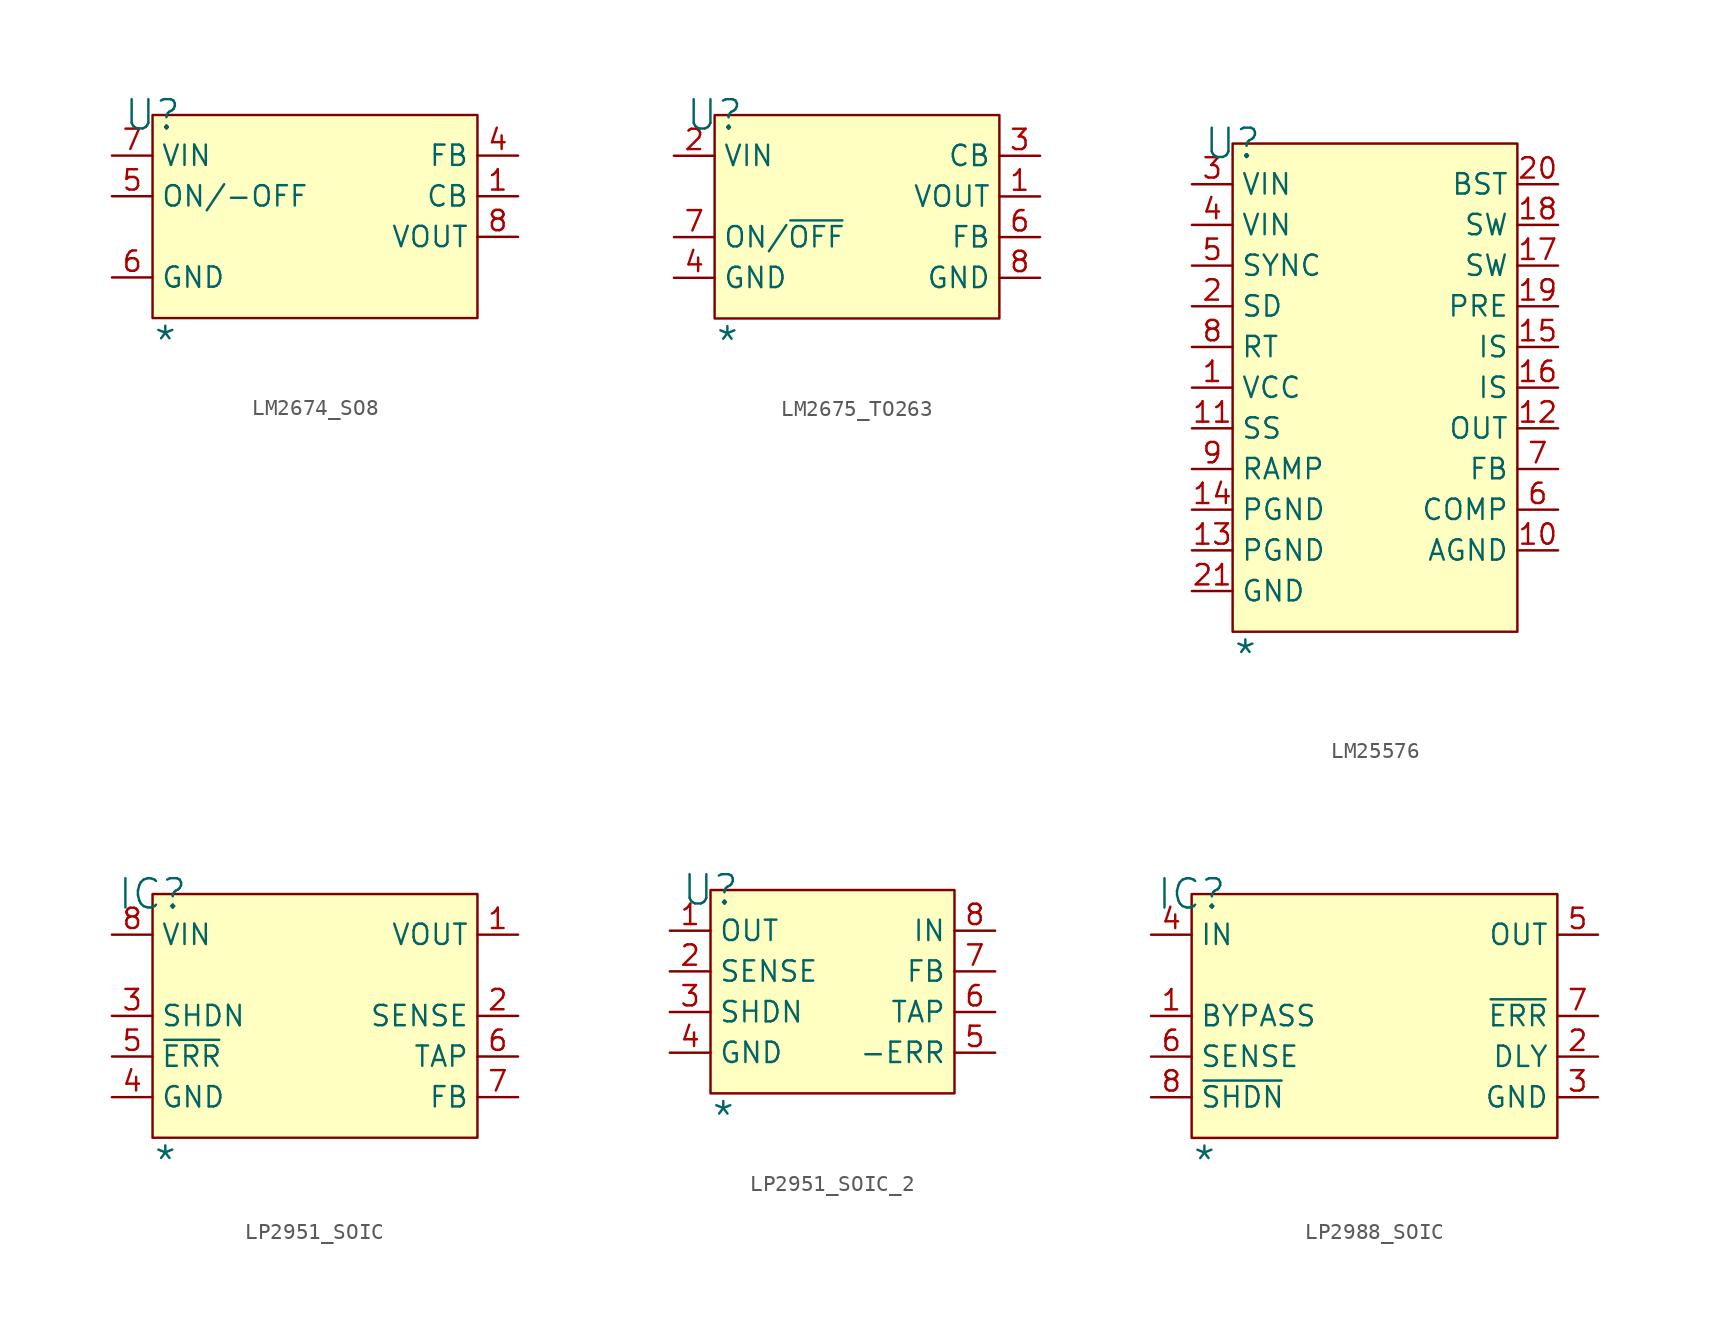
<source format=kicad_sym>
(kicad_symbol_lib
  (version 20241209)
  (generator "kicad_symbol_editor")
  (generator_version "9.0")
  (symbol "LM2674_SO8"
    (property "Reference" "U"
      (at 0 0 0)
      (effects (font (size 1.829 1.829))))
    (property "Value" "*"
      (at 0 -15.24 0)
      (effects (font (size 1.829 1.829)) (justify left bottom)))
    (symbol "LM2674_SO8_1_0"
      (rectangle (start 20.32 0) (end 0 -12.7) (stroke (width 0) (type solid) (color 128 0 0 1)) (fill (type background)))
      (pin passive line (at -2.54 -2.54 0) (length 2.54) (name "VIN" (effects (font (size 1.27 1.27)))) (number "7" (effects (font (size 1.27 1.27)))))
      (pin passive line (at -2.54 -5.08 0) (length 2.54) (name "ON/-OFF" (effects (font (size 1.27 1.27)))) (number "5" (effects (font (size 1.27 1.27)))))
      (pin passive line (at -2.54 -10.16 0) (length 2.54) (name "GND" (effects (font (size 1.27 1.27)))) (number "6" (effects (font (size 1.27 1.27)))))
      (pin passive line (at 22.86 -2.54 180) (length 2.54) (name "FB" (effects (font (size 1.27 1.27)))) (number "4" (effects (font (size 1.27 1.27)))))
      (pin passive line (at 22.86 -5.08 180) (length 2.54) (name "CB" (effects (font (size 1.27 1.27)))) (number "1" (effects (font (size 1.27 1.27)))))
      (pin passive line (at 22.86 -7.62 180) (length 2.54) (name "VOUT" (effects (font (size 1.27 1.27)))) (number "8" (effects (font (size 1.27 1.27)))))))
  (symbol "LM2675_TO263"
    (property "Reference" "U"
      (at 0 0 0)
      (effects (font (size 1.829 1.829))))
    (property "Value" "*"
      (at 0 -15.24 0)
      (effects (font (size 1.829 1.829)) (justify left bottom)))
    (symbol "LM2675_TO263_1_0"
      (rectangle (start 17.78 0) (end 0 -12.7) (stroke (width 0) (type solid) (color 128 0 0 1)) (fill (type background)))
      (pin input line (at -2.54 -2.54 0) (length 2.54) (name "VIN" (effects (font (size 1.27 1.27)))) (number "2" (effects (font (size 1.27 1.27)))))
      (pin passive line (at -2.54 -7.62 0) (length 2.54) (name "ON/~{OFF}" (effects (font (size 1.27 1.27)))) (number "7" (effects (font (size 1.27 1.27)))))
      (pin power_in line (at -2.54 -10.16 0) (length 2.54) (name "GND" (effects (font (size 1.27 1.27)))) (number "4" (effects (font (size 1.27 1.27)))))
      (pin passive line (at 20.32 -2.54 180) (length 2.54) (name "CB" (effects (font (size 1.27 1.27)))) (number "3" (effects (font (size 1.27 1.27)))))
      (pin output line (at 20.32 -5.08 180) (length 2.54) (name "VOUT" (effects (font (size 1.27 1.27)))) (number "1" (effects (font (size 1.27 1.27)))))
      (pin passive line (at 20.32 -7.62 180) (length 2.54) (name "FB" (effects (font (size 1.27 1.27)))) (number "6" (effects (font (size 1.27 1.27)))))
      (pin passive line (at 20.32 -10.16 180) (length 2.54) (name "GND" (effects (font (size 1.27 1.27)))) (number "8" (effects (font (size 1.27 1.27)))))))
  (symbol "LM25576"
    (property "Reference" "U"
      (at 0 0 0)
      (effects (font (size 1.829 1.829))))
    (property "Value" "*"
      (at 0 -33.02 0)
      (effects (font (size 1.829 1.829)) (justify left bottom)))
    (symbol "LM25576_1_0"
      (rectangle (start 17.78 0) (end 0 -30.48) (stroke (width 0) (type solid) (color 128 0 0 1)) (fill (type background)))
      (pin passive line (at -2.54 -2.54 0) (length 2.54) (name "VIN" (effects (font (size 1.27 1.27)))) (number "3" (effects (font (size 1.27 1.27)))))
      (pin passive line (at -2.54 -5.08 0) (length 2.54) (name "VIN" (effects (font (size 1.27 1.27)))) (number "4" (effects (font (size 1.27 1.27)))))
      (pin passive line (at -2.54 -7.62 0) (length 2.54) (name "SYNC" (effects (font (size 1.27 1.27)))) (number "5" (effects (font (size 1.27 1.27)))))
      (pin passive line (at -2.54 -10.16 0) (length 2.54) (name "SD" (effects (font (size 1.27 1.27)))) (number "2" (effects (font (size 1.27 1.27)))))
      (pin passive line (at -2.54 -12.7 0) (length 2.54) (name "RT" (effects (font (size 1.27 1.27)))) (number "8" (effects (font (size 1.27 1.27)))))
      (pin passive line (at -2.54 -15.24 0) (length 2.54) (name "VCC" (effects (font (size 1.27 1.27)))) (number "1" (effects (font (size 1.27 1.27)))))
      (pin passive line (at -2.54 -17.78 0) (length 2.54) (name "SS" (effects (font (size 1.27 1.27)))) (number "11" (effects (font (size 1.27 1.27)))))
      (pin passive line (at -2.54 -20.32 0) (length 2.54) (name "RAMP" (effects (font (size 1.27 1.27)))) (number "9" (effects (font (size 1.27 1.27)))))
      (pin passive line (at -2.54 -22.86 0) (length 2.54) (name "PGND" (effects (font (size 1.27 1.27)))) (number "14" (effects (font (size 1.27 1.27)))))
      (pin passive line (at -2.54 -25.4 0) (length 2.54) (name "PGND" (effects (font (size 1.27 1.27)))) (number "13" (effects (font (size 1.27 1.27)))))
      (pin passive line (at -2.54 -27.94 0) (length 2.54) (name "GND" (effects (font (size 1.27 1.27)))) (number "21" (effects (font (size 1.27 1.27)))))
      (pin passive line (at 20.32 -2.54 180) (length 2.54) (name "BST" (effects (font (size 1.27 1.27)))) (number "20" (effects (font (size 1.27 1.27)))))
      (pin passive line (at 20.32 -5.08 180) (length 2.54) (name "SW" (effects (font (size 1.27 1.27)))) (number "18" (effects (font (size 1.27 1.27)))))
      (pin passive line (at 20.32 -7.62 180) (length 2.54) (name "SW" (effects (font (size 1.27 1.27)))) (number "17" (effects (font (size 1.27 1.27)))))
      (pin passive line (at 20.32 -10.16 180) (length 2.54) (name "PRE" (effects (font (size 1.27 1.27)))) (number "19" (effects (font (size 1.27 1.27)))))
      (pin passive line (at 20.32 -12.7 180) (length 2.54) (name "IS" (effects (font (size 1.27 1.27)))) (number "15" (effects (font (size 1.27 1.27)))))
      (pin passive line (at 20.32 -15.24 180) (length 2.54) (name "IS" (effects (font (size 1.27 1.27)))) (number "16" (effects (font (size 1.27 1.27)))))
      (pin passive line (at 20.32 -17.78 180) (length 2.54) (name "OUT" (effects (font (size 1.27 1.27)))) (number "12" (effects (font (size 1.27 1.27)))))
      (pin passive line (at 20.32 -20.32 180) (length 2.54) (name "FB" (effects (font (size 1.27 1.27)))) (number "7" (effects (font (size 1.27 1.27)))))
      (pin passive line (at 20.32 -22.86 180) (length 2.54) (name "COMP" (effects (font (size 1.27 1.27)))) (number "6" (effects (font (size 1.27 1.27)))))
      (pin passive line (at 20.32 -25.4 180) (length 2.54) (name "AGND" (effects (font (size 1.27 1.27)))) (number "10" (effects (font (size 1.27 1.27)))))))
  (symbol "LP2951_SOIC"
    (property "Reference" "IC"
      (at 0 0 0)
      (effects (font (size 1.829 1.829))))
    (property "Value" "*"
      (at 0 -17.78 0)
      (effects (font (size 1.829 1.829)) (justify left bottom)))
    (symbol "LP2951_SOIC_1_0"
      (rectangle (start 20.32 0) (end 0 -15.24) (stroke (width 0) (type solid) (color 128 0 0 1)) (fill (type background)))
      (pin input line (at -2.54 -2.54 0) (length 2.54) (name "VIN" (effects (font (size 1.27 1.27)))) (number "8" (effects (font (size 1.27 1.27)))))
      (pin input line (at -2.54 -7.62 0) (length 2.54) (name "SHDN" (effects (font (size 1.27 1.27)))) (number "3" (effects (font (size 1.27 1.27)))))
      (pin output line (at -2.54 -10.16 0) (length 2.54) (name "~{ERR}" (effects (font (size 1.27 1.27)))) (number "5" (effects (font (size 1.27 1.27)))))
      (pin power_in line (at -2.54 -12.7 0) (length 2.54) (name "GND" (effects (font (size 1.27 1.27)))) (number "4" (effects (font (size 1.27 1.27)))))
      (pin output line (at 22.86 -2.54 180) (length 2.54) (name "VOUT" (effects (font (size 1.27 1.27)))) (number "1" (effects (font (size 1.27 1.27)))))
      (pin input line (at 22.86 -7.62 180) (length 2.54) (name "SENSE" (effects (font (size 1.27 1.27)))) (number "2" (effects (font (size 1.27 1.27)))))
      (pin output line (at 22.86 -10.16 180) (length 2.54) (name "TAP" (effects (font (size 1.27 1.27)))) (number "6" (effects (font (size 1.27 1.27)))))
      (pin input line (at 22.86 -12.7 180) (length 2.54) (name "FB" (effects (font (size 1.27 1.27)))) (number "7" (effects (font (size 1.27 1.27)))))))
  (symbol "LP2951_SOIC_2"
    (property "Reference" "U"
      (at 0 0 0)
      (effects (font (size 1.829 1.829))))
    (property "Value" "*"
      (at 0 -15.24 0)
      (effects (font (size 1.829 1.829)) (justify left bottom)))
    (symbol "LP2951_SOIC_2_1_0"
      (rectangle (start 15.24 0) (end 0 -12.7) (stroke (width 0) (type solid) (color 128 0 0 1)) (fill (type background)))
      (pin passive line (at -2.54 -2.54 0) (length 2.54) (name "OUT" (effects (font (size 1.27 1.27)))) (number "1" (effects (font (size 1.27 1.27)))))
      (pin passive line (at -2.54 -5.08 0) (length 2.54) (name "SENSE" (effects (font (size 1.27 1.27)))) (number "2" (effects (font (size 1.27 1.27)))))
      (pin passive line (at -2.54 -7.62 0) (length 2.54) (name "SHDN" (effects (font (size 1.27 1.27)))) (number "3" (effects (font (size 1.27 1.27)))))
      (pin passive line (at -2.54 -10.16 0) (length 2.54) (name "GND" (effects (font (size 1.27 1.27)))) (number "4" (effects (font (size 1.27 1.27)))))
      (pin passive line (at 17.78 -2.54 180) (length 2.54) (name "IN" (effects (font (size 1.27 1.27)))) (number "8" (effects (font (size 1.27 1.27)))))
      (pin passive line (at 17.78 -5.08 180) (length 2.54) (name "FB" (effects (font (size 1.27 1.27)))) (number "7" (effects (font (size 1.27 1.27)))))
      (pin passive line (at 17.78 -7.62 180) (length 2.54) (name "TAP" (effects (font (size 1.27 1.27)))) (number "6" (effects (font (size 1.27 1.27)))))
      (pin passive line (at 17.78 -10.16 180) (length 2.54) (name "-ERR" (effects (font (size 1.27 1.27)))) (number "5" (effects (font (size 1.27 1.27)))))))
  (symbol "LP2988_SOIC"
    (property "Reference" "IC"
      (at 0 0 0)
      (effects (font (size 1.829 1.829))))
    (property "Value" "*"
      (at 0 -17.78 0)
      (effects (font (size 1.829 1.829)) (justify left bottom)))
    (symbol "LP2988_SOIC_1_0"
      (rectangle (start 22.86 0) (end 0 -15.24) (stroke (width 0) (type solid) (color 128 0 0 1)) (fill (type background)))
      (pin input line (at -2.54 -2.54 0) (length 2.54) (name "IN" (effects (font (size 1.27 1.27)))) (number "4" (effects (font (size 1.27 1.27)))))
      (pin input line (at -2.54 -7.62 0) (length 2.54) (name "BYPASS" (effects (font (size 1.27 1.27)))) (number "1" (effects (font (size 1.27 1.27)))))
      (pin input line (at -2.54 -10.16 0) (length 2.54) (name "SENSE" (effects (font (size 1.27 1.27)))) (number "6" (effects (font (size 1.27 1.27)))))
      (pin input line (at -2.54 -12.7 0) (length 2.54) (name "~{SHDN}" (effects (font (size 1.27 1.27)))) (number "8" (effects (font (size 1.27 1.27)))))
      (pin output line (at 25.4 -2.54 180) (length 2.54) (name "OUT" (effects (font (size 1.27 1.27)))) (number "5" (effects (font (size 1.27 1.27)))))
      (pin output line (at 25.4 -7.62 180) (length 2.54) (name "~{ERR}" (effects (font (size 1.27 1.27)))) (number "7" (effects (font (size 1.27 1.27)))))
      (pin output line (at 25.4 -10.16 180) (length 2.54) (name "DLY" (effects (font (size 1.27 1.27)))) (number "2" (effects (font (size 1.27 1.27)))))
      (pin power_in line (at 25.4 -12.7 180) (length 2.54) (name "GND" (effects (font (size 1.27 1.27)))) (number "3" (effects (font (size 1.27 1.27))))))))
</source>
